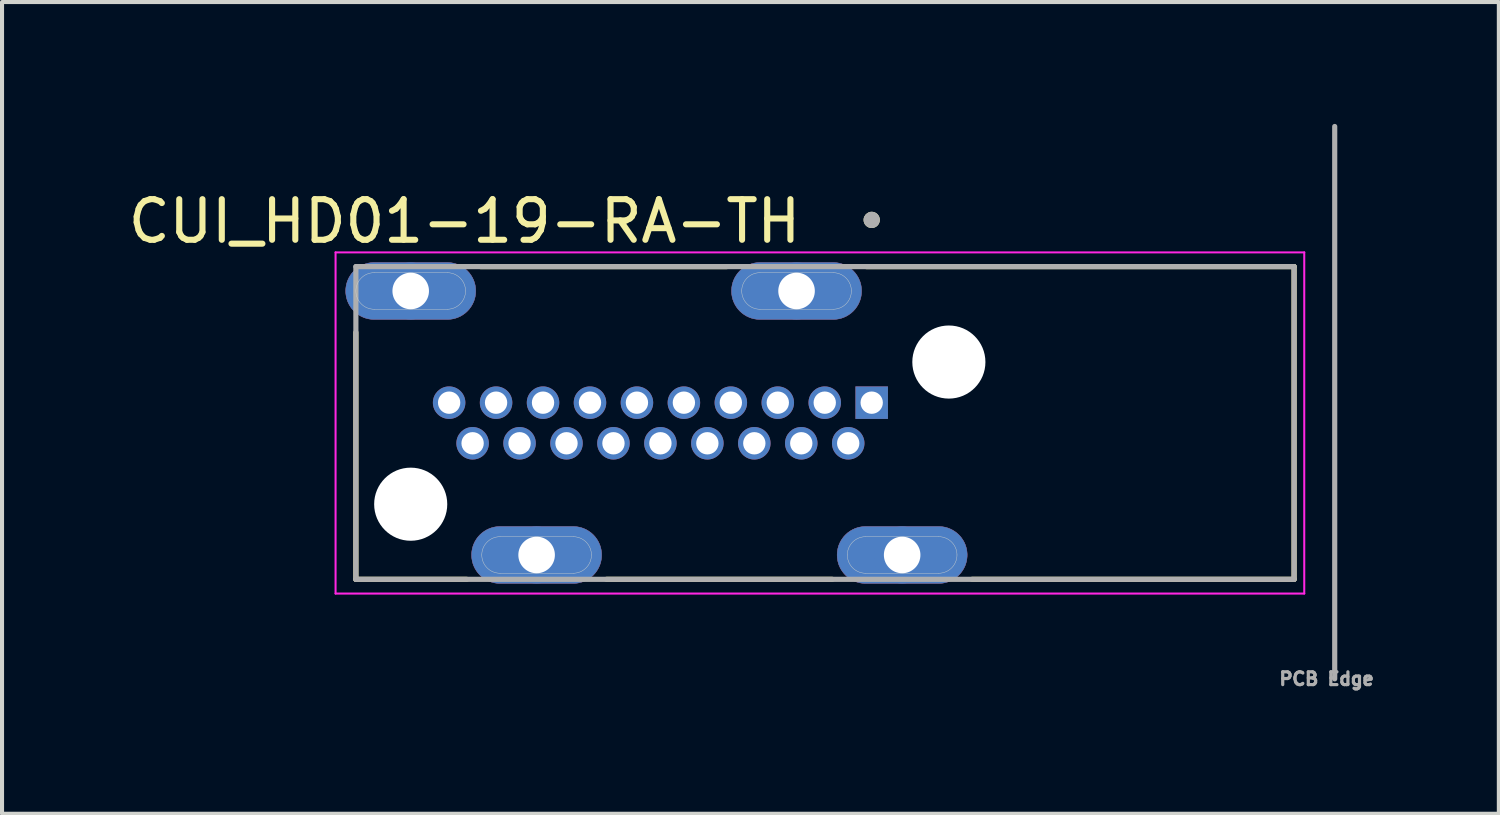
<source format=kicad_pcb>
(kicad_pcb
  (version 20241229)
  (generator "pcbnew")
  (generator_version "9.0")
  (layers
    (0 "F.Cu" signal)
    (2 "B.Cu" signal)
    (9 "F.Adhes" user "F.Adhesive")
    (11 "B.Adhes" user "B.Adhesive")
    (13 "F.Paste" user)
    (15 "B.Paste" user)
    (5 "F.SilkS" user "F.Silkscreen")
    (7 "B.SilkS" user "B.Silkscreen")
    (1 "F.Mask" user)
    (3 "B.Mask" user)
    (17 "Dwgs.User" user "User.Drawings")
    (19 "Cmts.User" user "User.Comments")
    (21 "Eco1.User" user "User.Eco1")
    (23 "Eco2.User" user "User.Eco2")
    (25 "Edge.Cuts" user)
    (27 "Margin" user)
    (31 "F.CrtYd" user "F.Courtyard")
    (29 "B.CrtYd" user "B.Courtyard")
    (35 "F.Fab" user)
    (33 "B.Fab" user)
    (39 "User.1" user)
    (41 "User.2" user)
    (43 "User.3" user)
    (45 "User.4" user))
  (footprint "CUI_HD01-19-RA-TH"
    (layer "F.Cu")
    (at 18.412 6.864)
    (property "Reference" "CUI_HD01-19-RA-TH" (at -10.025 -4.465 0) (layer "F.SilkS") (effects (font (size 1 1) (thickness 0.15))))
    (attr through_hole)
    (fp_poly (pts (xy -12.95 -2.75) (xy -12.949 -2.787) (xy -12.946 -2.823) (xy -12.941 -2.86) (xy -12.935 -2.896) (xy -12.926 -2.931) (xy -12.916 -2.966) (xy -12.904 -3.001) (xy -12.889 -3.035) (xy -12.874 -3.068) (xy -12.856 -3.1) (xy -12.837 -3.131) (xy -12.816 -3.161) (xy -12.794 -3.191) (xy -12.77 -3.218) (xy -12.745 -3.245) (xy -12.718 -3.27) (xy -12.691 -3.294) (xy -12.661 -3.316) (xy -12.631 -3.337) (xy -12.6 -3.356) (xy -12.568 -3.374) (xy -12.535 -3.389) (xy -12.501 -3.404) (xy -12.466 -3.416) (xy -12.431 -3.426) (xy -12.396 -3.435) (xy -12.36 -3.441) (xy -12.323 -3.446) (xy -12.287 -3.449) (xy -12.25 -3.45) (xy -11.35 -3.45) (xy -10.45 -3.45) (xy -10.413 -3.449) (xy -10.377 -3.446) (xy -10.34 -3.441) (xy -10.304 -3.435) (xy -10.269 -3.426) (xy -10.234 -3.416) (xy -10.199 -3.404) (xy -10.165 -3.389) (xy -10.132 -3.374) (xy -10.1 -3.356) (xy -10.069 -3.337) (xy -10.039 -3.316) (xy -10.009 -3.294) (xy -9.982 -3.27) (xy -9.955 -3.245) (xy -9.93 -3.218) (xy -9.906 -3.191) (xy -9.884 -3.161) (xy -9.863 -3.131) (xy -9.844 -3.1) (xy -9.826 -3.068) (xy -9.811 -3.035) (xy -9.796 -3.001) (xy -9.784 -2.966) (xy -9.774 -2.931) (xy -9.765 -2.896) (xy -9.759 -2.86) (xy -9.754 -2.823) (xy -9.751 -2.787) (xy -9.75 -2.75) (xy -9.751 -2.713) (xy -9.754 -2.677) (xy -9.759 -2.64) (xy -9.765 -2.604) (xy -9.774 -2.569) (xy -9.784 -2.534) (xy -9.796 -2.499) (xy -9.811 -2.465) (xy -9.826 -2.432) (xy -9.844 -2.4) (xy -9.863 -2.369) (xy -9.884 -2.339) (xy -9.906 -2.309) (xy -9.93 -2.282) (xy -9.955 -2.255) (xy -9.982 -2.23) (xy -10.009 -2.206) (xy -10.039 -2.184) (xy -10.069 -2.163) (xy -10.1 -2.144) (xy -10.132 -2.126) (xy -10.165 -2.111) (xy -10.199 -2.096) (xy -10.234 -2.084) (xy -10.269 -2.074) (xy -10.304 -2.065) (xy -10.34 -2.059) (xy -10.377 -2.054) (xy -10.413 -2.051) (xy -10.45 -2.05) (xy -11.35 -2.05) (xy -12.25 -2.05) (xy -12.287 -2.051) (xy -12.323 -2.054) (xy -12.36 -2.059) (xy -12.396 -2.065) (xy -12.431 -2.074) (xy -12.466 -2.084) (xy -12.501 -2.096) (xy -12.535 -2.111) (xy -12.568 -2.126) (xy -12.6 -2.144) (xy -12.631 -2.163) (xy -12.661 -2.184) (xy -12.691 -2.206) (xy -12.718 -2.23) (xy -12.745 -2.255) (xy -12.77 -2.282) (xy -12.794 -2.309) (xy -12.816 -2.339) (xy -12.837 -2.369) (xy -12.856 -2.4) (xy -12.874 -2.432) (xy -12.889 -2.465) (xy -12.904 -2.499) (xy -12.916 -2.534) (xy -12.926 -2.569) (xy -12.935 -2.604) (xy -12.941 -2.64) (xy -12.946 -2.677) (xy -12.949 -2.713) (xy -12.95 -2.75)) (stroke (width 0.01) (type solid)) (fill yes) (layer "F.Cu"))
    (fp_poly (pts (xy -9.85 3.75) (xy -9.849 3.713) (xy -9.846 3.677) (xy -9.841 3.64) (xy -9.835 3.604) (xy -9.826 3.569) (xy -9.816 3.534) (xy -9.804 3.499) (xy -9.789 3.465) (xy -9.774 3.432) (xy -9.756 3.4) (xy -9.737 3.369) (xy -9.716 3.339) (xy -9.694 3.309) (xy -9.67 3.282) (xy -9.645 3.255) (xy -9.618 3.23) (xy -9.591 3.206) (xy -9.561 3.184) (xy -9.531 3.163) (xy -9.5 3.144) (xy -9.468 3.126) (xy -9.435 3.111) (xy -9.401 3.096) (xy -9.366 3.084) (xy -9.331 3.074) (xy -9.296 3.065) (xy -9.26 3.059) (xy -9.223 3.054) (xy -9.187 3.051) (xy -9.15 3.05) (xy -8.25 3.05) (xy -7.35 3.05) (xy -7.313 3.051) (xy -7.277 3.054) (xy -7.24 3.059) (xy -7.204 3.065) (xy -7.169 3.074) (xy -7.134 3.084) (xy -7.099 3.096) (xy -7.065 3.111) (xy -7.032 3.126) (xy -7 3.144) (xy -6.969 3.163) (xy -6.939 3.184) (xy -6.909 3.206) (xy -6.882 3.23) (xy -6.855 3.255) (xy -6.83 3.282) (xy -6.806 3.309) (xy -6.784 3.339) (xy -6.763 3.369) (xy -6.744 3.4) (xy -6.726 3.432) (xy -6.711 3.465) (xy -6.696 3.499) (xy -6.684 3.534) (xy -6.674 3.569) (xy -6.665 3.604) (xy -6.659 3.64) (xy -6.654 3.677) (xy -6.651 3.713) (xy -6.65 3.75) (xy -6.651 3.787) (xy -6.654 3.823) (xy -6.659 3.86) (xy -6.665 3.896) (xy -6.674 3.931) (xy -6.684 3.966) (xy -6.696 4.001) (xy -6.711 4.035) (xy -6.726 4.068) (xy -6.744 4.1) (xy -6.763 4.131) (xy -6.784 4.161) (xy -6.806 4.191) (xy -6.83 4.218) (xy -6.855 4.245) (xy -6.882 4.27) (xy -6.909 4.294) (xy -6.939 4.316) (xy -6.969 4.337) (xy -7 4.356) (xy -7.032 4.374) (xy -7.065 4.389) (xy -7.099 4.404) (xy -7.134 4.416) (xy -7.169 4.426) (xy -7.204 4.435) (xy -7.24 4.441) (xy -7.277 4.446) (xy -7.313 4.449) (xy -7.35 4.45) (xy -8.25 4.45) (xy -9.15 4.45) (xy -9.187 4.449) (xy -9.223 4.446) (xy -9.26 4.441) (xy -9.296 4.435) (xy -9.331 4.426) (xy -9.366 4.416) (xy -9.401 4.404) (xy -9.435 4.389) (xy -9.468 4.374) (xy -9.5 4.356) (xy -9.531 4.337) (xy -9.561 4.316) (xy -9.591 4.294) (xy -9.618 4.27) (xy -9.645 4.245) (xy -9.67 4.218) (xy -9.694 4.191) (xy -9.716 4.161) (xy -9.737 4.131) (xy -9.756 4.1) (xy -9.774 4.068) (xy -9.789 4.035) (xy -9.804 4.001) (xy -9.816 3.966) (xy -9.826 3.931) (xy -9.835 3.896) (xy -9.841 3.86) (xy -9.846 3.823) (xy -9.849 3.787) (xy -9.85 3.75)) (stroke (width 0.01) (type solid)) (fill yes) (layer "F.Cu"))
    (fp_poly (pts (xy -3.45 -2.75) (xy -3.449 -2.787) (xy -3.446 -2.823) (xy -3.441 -2.86) (xy -3.435 -2.896) (xy -3.426 -2.931) (xy -3.416 -2.966) (xy -3.404 -3.001) (xy -3.389 -3.035) (xy -3.374 -3.068) (xy -3.356 -3.1) (xy -3.337 -3.131) (xy -3.316 -3.161) (xy -3.294 -3.191) (xy -3.27 -3.218) (xy -3.245 -3.245) (xy -3.218 -3.27) (xy -3.191 -3.294) (xy -3.161 -3.316) (xy -3.131 -3.337) (xy -3.1 -3.356) (xy -3.068 -3.374) (xy -3.035 -3.389) (xy -3.001 -3.404) (xy -2.966 -3.416) (xy -2.931 -3.426) (xy -2.896 -3.435) (xy -2.86 -3.441) (xy -2.823 -3.446) (xy -2.787 -3.449) (xy -2.75 -3.45) (xy -1.85 -3.45) (xy -0.95 -3.45) (xy -0.913 -3.449) (xy -0.877 -3.446) (xy -0.84 -3.441) (xy -0.804 -3.435) (xy -0.769 -3.426) (xy -0.734 -3.416) (xy -0.699 -3.404) (xy -0.665 -3.389) (xy -0.632 -3.374) (xy -0.6 -3.356) (xy -0.569 -3.337) (xy -0.539 -3.316) (xy -0.509 -3.294) (xy -0.482 -3.27) (xy -0.455 -3.245) (xy -0.43 -3.218) (xy -0.406 -3.191) (xy -0.384 -3.161) (xy -0.363 -3.131) (xy -0.344 -3.1) (xy -0.326 -3.068) (xy -0.311 -3.035) (xy -0.296 -3.001) (xy -0.284 -2.966) (xy -0.274 -2.931) (xy -0.265 -2.896) (xy -0.259 -2.86) (xy -0.254 -2.823) (xy -0.251 -2.787) (xy -0.25 -2.75) (xy -0.251 -2.713) (xy -0.254 -2.677) (xy -0.259 -2.64) (xy -0.265 -2.604) (xy -0.274 -2.569) (xy -0.284 -2.534) (xy -0.296 -2.499) (xy -0.311 -2.465) (xy -0.326 -2.432) (xy -0.344 -2.4) (xy -0.363 -2.369) (xy -0.384 -2.339) (xy -0.406 -2.309) (xy -0.43 -2.282) (xy -0.455 -2.255) (xy -0.482 -2.23) (xy -0.509 -2.206) (xy -0.539 -2.184) (xy -0.569 -2.163) (xy -0.6 -2.144) (xy -0.632 -2.126) (xy -0.665 -2.111) (xy -0.699 -2.096) (xy -0.734 -2.084) (xy -0.769 -2.074) (xy -0.804 -2.065) (xy -0.84 -2.059) (xy -0.877 -2.054) (xy -0.913 -2.051) (xy -0.95 -2.05) (xy -1.85 -2.05) (xy -2.75 -2.05) (xy -2.787 -2.051) (xy -2.823 -2.054) (xy -2.86 -2.059) (xy -2.896 -2.065) (xy -2.931 -2.074) (xy -2.966 -2.084) (xy -3.001 -2.096) (xy -3.035 -2.111) (xy -3.068 -2.126) (xy -3.1 -2.144) (xy -3.131 -2.163) (xy -3.161 -2.184) (xy -3.191 -2.206) (xy -3.218 -2.23) (xy -3.245 -2.255) (xy -3.27 -2.282) (xy -3.294 -2.309) (xy -3.316 -2.339) (xy -3.337 -2.369) (xy -3.356 -2.4) (xy -3.374 -2.432) (xy -3.389 -2.465) (xy -3.404 -2.499) (xy -3.416 -2.534) (xy -3.426 -2.569) (xy -3.435 -2.604) (xy -3.441 -2.64) (xy -3.446 -2.677) (xy -3.449 -2.713) (xy -3.45 -2.75)) (stroke (width 0.01) (type solid)) (fill yes) (layer "F.Cu"))
    (fp_poly (pts (xy -0.85 3.75) (xy -0.849 3.713) (xy -0.846 3.677) (xy -0.841 3.64) (xy -0.835 3.604) (xy -0.826 3.569) (xy -0.816 3.534) (xy -0.804 3.499) (xy -0.789 3.465) (xy -0.774 3.432) (xy -0.756 3.4) (xy -0.737 3.369) (xy -0.716 3.339) (xy -0.694 3.309) (xy -0.67 3.282) (xy -0.645 3.255) (xy -0.618 3.23) (xy -0.591 3.206) (xy -0.561 3.184) (xy -0.531 3.163) (xy -0.5 3.144) (xy -0.468 3.126) (xy -0.435 3.111) (xy -0.401 3.096) (xy -0.366 3.084) (xy -0.331 3.074) (xy -0.296 3.065) (xy -0.26 3.059) (xy -0.223 3.054) (xy -0.187 3.051) (xy -0.15 3.05) (xy 0.75 3.05) (xy 1.65 3.05) (xy 1.687 3.051) (xy 1.723 3.054) (xy 1.76 3.059) (xy 1.796 3.065) (xy 1.831 3.074) (xy 1.866 3.084) (xy 1.901 3.096) (xy 1.935 3.111) (xy 1.968 3.126) (xy 2 3.144) (xy 2.031 3.163) (xy 2.061 3.184) (xy 2.091 3.206) (xy 2.118 3.23) (xy 2.145 3.255) (xy 2.17 3.282) (xy 2.194 3.309) (xy 2.216 3.339) (xy 2.237 3.369) (xy 2.256 3.4) (xy 2.274 3.432) (xy 2.289 3.465) (xy 2.304 3.499) (xy 2.316 3.534) (xy 2.326 3.569) (xy 2.335 3.604) (xy 2.341 3.64) (xy 2.346 3.677) (xy 2.349 3.713) (xy 2.35 3.75) (xy 2.349 3.787) (xy 2.346 3.823) (xy 2.341 3.86) (xy 2.335 3.896) (xy 2.326 3.931) (xy 2.316 3.966) (xy 2.304 4.001) (xy 2.289 4.035) (xy 2.274 4.068) (xy 2.256 4.1) (xy 2.237 4.131) (xy 2.216 4.161) (xy 2.194 4.191) (xy 2.17 4.218) (xy 2.145 4.245) (xy 2.118 4.27) (xy 2.091 4.294) (xy 2.061 4.316) (xy 2.031 4.337) (xy 2 4.356) (xy 1.968 4.374) (xy 1.935 4.389) (xy 1.901 4.404) (xy 1.866 4.416) (xy 1.831 4.426) (xy 1.796 4.435) (xy 1.76 4.441) (xy 1.723 4.446) (xy 1.687 4.449) (xy 1.65 4.45) (xy 0.75 4.45) (xy -0.15 4.45) (xy -0.187 4.449) (xy -0.223 4.446) (xy -0.26 4.441) (xy -0.296 4.435) (xy -0.331 4.426) (xy -0.366 4.416) (xy -0.401 4.404) (xy -0.435 4.389) (xy -0.468 4.374) (xy -0.5 4.356) (xy -0.531 4.337) (xy -0.561 4.316) (xy -0.591 4.294) (xy -0.618 4.27) (xy -0.645 4.245) (xy -0.67 4.218) (xy -0.694 4.191) (xy -0.716 4.161) (xy -0.737 4.131) (xy -0.756 4.1) (xy -0.774 4.068) (xy -0.789 4.035) (xy -0.804 4.001) (xy -0.816 3.966) (xy -0.826 3.931) (xy -0.835 3.896) (xy -0.841 3.86) (xy -0.846 3.823) (xy -0.849 3.787) (xy -0.85 3.75)) (stroke (width 0.01) (type solid)) (fill yes) (layer "F.Cu"))
    (fp_poly (pts (xy -11.35 -3.55) (xy -12.25 -3.55) (xy -12.292 -3.549) (xy -12.334 -3.546) (xy -12.375 -3.54) (xy -12.416 -3.533) (xy -12.457 -3.523) (xy -12.497 -3.511) (xy -12.537 -3.497) (xy -12.575 -3.481) (xy -12.613 -3.463) (xy -12.65 -3.443) (xy -12.686 -3.421) (xy -12.72 -3.397) (xy -12.753 -3.372) (xy -12.785 -3.345) (xy -12.816 -3.316) (xy -12.845 -3.285) (xy -12.872 -3.253) (xy -12.897 -3.22) (xy -12.921 -3.186) (xy -12.943 -3.15) (xy -12.963 -3.113) (xy -12.981 -3.075) (xy -12.997 -3.037) (xy -13.011 -2.997) (xy -13.023 -2.957) (xy -13.033 -2.916) (xy -13.04 -2.875) (xy -13.046 -2.834) (xy -13.049 -2.792) (xy -13.05 -2.75) (xy -13.049 -2.708) (xy -13.046 -2.666) (xy -13.04 -2.625) (xy -13.033 -2.584) (xy -13.023 -2.543) (xy -13.011 -2.503) (xy -12.997 -2.463) (xy -12.981 -2.425) (xy -12.963 -2.387) (xy -12.943 -2.35) (xy -12.921 -2.314) (xy -12.897 -2.28) (xy -12.872 -2.247) (xy -12.845 -2.215) (xy -12.816 -2.184) (xy -12.785 -2.155) (xy -12.753 -2.128) (xy -12.72 -2.103) (xy -12.686 -2.079) (xy -12.65 -2.057) (xy -12.613 -2.037) (xy -12.575 -2.019) (xy -12.537 -2.003) (xy -12.497 -1.989) (xy -12.457 -1.977) (xy -12.416 -1.967) (xy -12.375 -1.96) (xy -12.334 -1.954) (xy -12.292 -1.951) (xy -12.25 -1.95) (xy -11.35 -1.95) (xy -10.45 -1.95) (xy -10.408 -1.951) (xy -10.366 -1.954) (xy -10.325 -1.96) (xy -10.284 -1.967) (xy -10.243 -1.977) (xy -10.203 -1.989) (xy -10.163 -2.003) (xy -10.125 -2.019) (xy -10.087 -2.037) (xy -10.05 -2.057) (xy -10.014 -2.079) (xy -9.98 -2.103) (xy -9.947 -2.128) (xy -9.915 -2.155) (xy -9.884 -2.184) (xy -9.855 -2.215) (xy -9.828 -2.247) (xy -9.803 -2.28) (xy -9.779 -2.314) (xy -9.757 -2.35) (xy -9.737 -2.387) (xy -9.719 -2.425) (xy -9.703 -2.463) (xy -9.689 -2.503) (xy -9.677 -2.543) (xy -9.667 -2.584) (xy -9.66 -2.625) (xy -9.654 -2.666) (xy -9.651 -2.708) (xy -9.65 -2.75) (xy -9.651 -2.792) (xy -9.654 -2.834) (xy -9.66 -2.875) (xy -9.667 -2.916) (xy -9.677 -2.957) (xy -9.689 -2.997) (xy -9.703 -3.037) (xy -9.719 -3.075) (xy -9.737 -3.113) (xy -9.757 -3.15) (xy -9.779 -3.186) (xy -9.803 -3.22) (xy -9.828 -3.253) (xy -9.855 -3.285) (xy -9.884 -3.316) (xy -9.915 -3.345) (xy -9.947 -3.372) (xy -9.98 -3.397) (xy -10.014 -3.421) (xy -10.05 -3.443) (xy -10.087 -3.463) (xy -10.125 -3.481) (xy -10.163 -3.497) (xy -10.203 -3.511) (xy -10.243 -3.523) (xy -10.284 -3.533) (xy -10.325 -3.54) (xy -10.366 -3.546) (xy -10.408 -3.549) (xy -10.45 -3.55) (xy -11.35 -3.55)) (stroke (width 0.01) (type solid)) (fill yes) (layer "F.Mask"))
    (fp_poly (pts (xy -8.25 2.95) (xy -9.15 2.95) (xy -9.192 2.951) (xy -9.234 2.954) (xy -9.275 2.96) (xy -9.316 2.967) (xy -9.357 2.977) (xy -9.397 2.989) (xy -9.437 3.003) (xy -9.475 3.019) (xy -9.513 3.037) (xy -9.55 3.057) (xy -9.586 3.079) (xy -9.62 3.103) (xy -9.653 3.128) (xy -9.685 3.155) (xy -9.716 3.184) (xy -9.745 3.215) (xy -9.772 3.247) (xy -9.797 3.28) (xy -9.821 3.314) (xy -9.843 3.35) (xy -9.863 3.387) (xy -9.881 3.425) (xy -9.897 3.463) (xy -9.911 3.503) (xy -9.923 3.543) (xy -9.933 3.584) (xy -9.94 3.625) (xy -9.946 3.666) (xy -9.949 3.708) (xy -9.95 3.75) (xy -9.949 3.792) (xy -9.946 3.834) (xy -9.94 3.875) (xy -9.933 3.916) (xy -9.923 3.957) (xy -9.911 3.997) (xy -9.897 4.037) (xy -9.881 4.075) (xy -9.863 4.113) (xy -9.843 4.15) (xy -9.821 4.186) (xy -9.797 4.22) (xy -9.772 4.253) (xy -9.745 4.285) (xy -9.716 4.316) (xy -9.685 4.345) (xy -9.653 4.372) (xy -9.62 4.397) (xy -9.586 4.421) (xy -9.55 4.443) (xy -9.513 4.463) (xy -9.475 4.481) (xy -9.437 4.497) (xy -9.397 4.511) (xy -9.357 4.523) (xy -9.316 4.533) (xy -9.275 4.54) (xy -9.234 4.546) (xy -9.192 4.549) (xy -9.15 4.55) (xy -8.25 4.55) (xy -7.35 4.55) (xy -7.308 4.549) (xy -7.266 4.546) (xy -7.225 4.54) (xy -7.184 4.533) (xy -7.143 4.523) (xy -7.103 4.511) (xy -7.063 4.497) (xy -7.025 4.481) (xy -6.987 4.463) (xy -6.95 4.443) (xy -6.914 4.421) (xy -6.88 4.397) (xy -6.847 4.372) (xy -6.815 4.345) (xy -6.784 4.316) (xy -6.755 4.285) (xy -6.728 4.253) (xy -6.703 4.22) (xy -6.679 4.186) (xy -6.657 4.15) (xy -6.637 4.113) (xy -6.619 4.075) (xy -6.603 4.037) (xy -6.589 3.997) (xy -6.577 3.957) (xy -6.567 3.916) (xy -6.56 3.875) (xy -6.554 3.834) (xy -6.551 3.792) (xy -6.55 3.75) (xy -6.551 3.708) (xy -6.554 3.666) (xy -6.56 3.625) (xy -6.567 3.584) (xy -6.577 3.543) (xy -6.589 3.503) (xy -6.603 3.463) (xy -6.619 3.425) (xy -6.637 3.387) (xy -6.657 3.35) (xy -6.679 3.314) (xy -6.703 3.28) (xy -6.728 3.247) (xy -6.755 3.215) (xy -6.784 3.184) (xy -6.815 3.155) (xy -6.847 3.128) (xy -6.88 3.103) (xy -6.914 3.079) (xy -6.95 3.057) (xy -6.987 3.037) (xy -7.025 3.019) (xy -7.063 3.003) (xy -7.103 2.989) (xy -7.143 2.977) (xy -7.184 2.967) (xy -7.225 2.96) (xy -7.266 2.954) (xy -7.308 2.951) (xy -7.35 2.95) (xy -8.25 2.95)) (stroke (width 0.01) (type solid)) (fill yes) (layer "F.Mask"))
    (fp_poly (pts (xy -1.85 -3.55) (xy -2.75 -3.55) (xy -2.792 -3.549) (xy -2.834 -3.546) (xy -2.875 -3.54) (xy -2.916 -3.533) (xy -2.957 -3.523) (xy -2.997 -3.511) (xy -3.037 -3.497) (xy -3.075 -3.481) (xy -3.113 -3.463) (xy -3.15 -3.443) (xy -3.186 -3.421) (xy -3.22 -3.397) (xy -3.253 -3.372) (xy -3.285 -3.345) (xy -3.316 -3.316) (xy -3.345 -3.285) (xy -3.372 -3.253) (xy -3.397 -3.22) (xy -3.421 -3.186) (xy -3.443 -3.15) (xy -3.463 -3.113) (xy -3.481 -3.075) (xy -3.497 -3.037) (xy -3.511 -2.997) (xy -3.523 -2.957) (xy -3.533 -2.916) (xy -3.54 -2.875) (xy -3.546 -2.834) (xy -3.549 -2.792) (xy -3.55 -2.75) (xy -3.549 -2.708) (xy -3.546 -2.666) (xy -3.54 -2.625) (xy -3.533 -2.584) (xy -3.523 -2.543) (xy -3.511 -2.503) (xy -3.497 -2.463) (xy -3.481 -2.425) (xy -3.463 -2.387) (xy -3.443 -2.35) (xy -3.421 -2.314) (xy -3.397 -2.28) (xy -3.372 -2.247) (xy -3.345 -2.215) (xy -3.316 -2.184) (xy -3.285 -2.155) (xy -3.253 -2.128) (xy -3.22 -2.103) (xy -3.186 -2.079) (xy -3.15 -2.057) (xy -3.113 -2.037) (xy -3.075 -2.019) (xy -3.037 -2.003) (xy -2.997 -1.989) (xy -2.957 -1.977) (xy -2.916 -1.967) (xy -2.875 -1.96) (xy -2.834 -1.954) (xy -2.792 -1.951) (xy -2.75 -1.95) (xy -1.85 -1.95) (xy -0.95 -1.95) (xy -0.908 -1.951) (xy -0.866 -1.954) (xy -0.825 -1.96) (xy -0.784 -1.967) (xy -0.743 -1.977) (xy -0.703 -1.989) (xy -0.663 -2.003) (xy -0.625 -2.019) (xy -0.587 -2.037) (xy -0.55 -2.057) (xy -0.514 -2.079) (xy -0.48 -2.103) (xy -0.447 -2.128) (xy -0.415 -2.155) (xy -0.384 -2.184) (xy -0.355 -2.215) (xy -0.328 -2.247) (xy -0.303 -2.28) (xy -0.279 -2.314) (xy -0.257 -2.35) (xy -0.237 -2.387) (xy -0.219 -2.425) (xy -0.203 -2.463) (xy -0.189 -2.503) (xy -0.177 -2.543) (xy -0.167 -2.584) (xy -0.16 -2.625) (xy -0.154 -2.666) (xy -0.151 -2.708) (xy -0.15 -2.75) (xy -0.151 -2.792) (xy -0.154 -2.834) (xy -0.16 -2.875) (xy -0.167 -2.916) (xy -0.177 -2.957) (xy -0.189 -2.997) (xy -0.203 -3.037) (xy -0.219 -3.075) (xy -0.237 -3.113) (xy -0.257 -3.15) (xy -0.279 -3.186) (xy -0.303 -3.22) (xy -0.328 -3.253) (xy -0.355 -3.285) (xy -0.384 -3.316) (xy -0.415 -3.345) (xy -0.447 -3.372) (xy -0.48 -3.397) (xy -0.514 -3.421) (xy -0.55 -3.443) (xy -0.587 -3.463) (xy -0.625 -3.481) (xy -0.663 -3.497) (xy -0.703 -3.511) (xy -0.743 -3.523) (xy -0.784 -3.533) (xy -0.825 -3.54) (xy -0.866 -3.546) (xy -0.908 -3.549) (xy -0.95 -3.55) (xy -1.85 -3.55)) (stroke (width 0.01) (type solid)) (fill yes) (layer "F.Mask"))
    (fp_poly (pts (xy 0.75 2.95) (xy -0.15 2.95) (xy -0.192 2.951) (xy -0.234 2.954) (xy -0.275 2.96) (xy -0.316 2.967) (xy -0.357 2.977) (xy -0.397 2.989) (xy -0.437 3.003) (xy -0.475 3.019) (xy -0.513 3.037) (xy -0.55 3.057) (xy -0.586 3.079) (xy -0.62 3.103) (xy -0.653 3.128) (xy -0.685 3.155) (xy -0.716 3.184) (xy -0.745 3.215) (xy -0.772 3.247) (xy -0.797 3.28) (xy -0.821 3.314) (xy -0.843 3.35) (xy -0.863 3.387) (xy -0.881 3.425) (xy -0.897 3.463) (xy -0.911 3.503) (xy -0.923 3.543) (xy -0.933 3.584) (xy -0.94 3.625) (xy -0.946 3.666) (xy -0.949 3.708) (xy -0.95 3.75) (xy -0.949 3.792) (xy -0.946 3.834) (xy -0.94 3.875) (xy -0.933 3.916) (xy -0.923 3.957) (xy -0.911 3.997) (xy -0.897 4.037) (xy -0.881 4.075) (xy -0.863 4.113) (xy -0.843 4.15) (xy -0.821 4.186) (xy -0.797 4.22) (xy -0.772 4.253) (xy -0.745 4.285) (xy -0.716 4.316) (xy -0.685 4.345) (xy -0.653 4.372) (xy -0.62 4.397) (xy -0.586 4.421) (xy -0.55 4.443) (xy -0.513 4.463) (xy -0.475 4.481) (xy -0.437 4.497) (xy -0.397 4.511) (xy -0.357 4.523) (xy -0.316 4.533) (xy -0.275 4.54) (xy -0.234 4.546) (xy -0.192 4.549) (xy -0.15 4.55) (xy 0.75 4.55) (xy 1.65 4.55) (xy 1.692 4.549) (xy 1.734 4.546) (xy 1.775 4.54) (xy 1.816 4.533) (xy 1.857 4.523) (xy 1.897 4.511) (xy 1.937 4.497) (xy 1.975 4.481) (xy 2.013 4.463) (xy 2.05 4.443) (xy 2.086 4.421) (xy 2.12 4.397) (xy 2.153 4.372) (xy 2.185 4.345) (xy 2.216 4.316) (xy 2.245 4.285) (xy 2.272 4.253) (xy 2.297 4.22) (xy 2.321 4.186) (xy 2.343 4.15) (xy 2.363 4.113) (xy 2.381 4.075) (xy 2.397 4.037) (xy 2.411 3.997) (xy 2.423 3.957) (xy 2.433 3.916) (xy 2.44 3.875) (xy 2.446 3.834) (xy 2.449 3.792) (xy 2.45 3.75) (xy 2.449 3.708) (xy 2.446 3.666) (xy 2.44 3.625) (xy 2.433 3.584) (xy 2.423 3.543) (xy 2.411 3.503) (xy 2.397 3.463) (xy 2.381 3.425) (xy 2.363 3.387) (xy 2.343 3.35) (xy 2.321 3.314) (xy 2.297 3.28) (xy 2.272 3.247) (xy 2.245 3.215) (xy 2.216 3.184) (xy 2.185 3.155) (xy 2.153 3.128) (xy 2.12 3.103) (xy 2.086 3.079) (xy 2.05 3.057) (xy 2.013 3.037) (xy 1.975 3.019) (xy 1.937 3.003) (xy 1.897 2.989) (xy 1.857 2.977) (xy 1.816 2.967) (xy 1.775 2.96) (xy 1.734 2.954) (xy 1.692 2.951) (xy 1.65 2.95) (xy 0.75 2.95)) (stroke (width 0.01) (type solid)) (fill yes) (layer "F.Mask"))
    (fp_poly (pts (xy -12.95 -2.75) (xy -12.949 -2.787) (xy -12.946 -2.823) (xy -12.941 -2.86) (xy -12.935 -2.896) (xy -12.926 -2.931) (xy -12.916 -2.966) (xy -12.904 -3.001) (xy -12.889 -3.035) (xy -12.874 -3.068) (xy -12.856 -3.1) (xy -12.837 -3.131) (xy -12.816 -3.161) (xy -12.794 -3.191) (xy -12.77 -3.218) (xy -12.745 -3.245) (xy -12.718 -3.27) (xy -12.691 -3.294) (xy -12.661 -3.316) (xy -12.631 -3.337) (xy -12.6 -3.356) (xy -12.568 -3.374) (xy -12.535 -3.389) (xy -12.501 -3.404) (xy -12.466 -3.416) (xy -12.431 -3.426) (xy -12.396 -3.435) (xy -12.36 -3.441) (xy -12.323 -3.446) (xy -12.287 -3.449) (xy -12.25 -3.45) (xy -11.35 -3.45) (xy -10.45 -3.45) (xy -10.413 -3.449) (xy -10.377 -3.446) (xy -10.34 -3.441) (xy -10.304 -3.435) (xy -10.269 -3.426) (xy -10.234 -3.416) (xy -10.199 -3.404) (xy -10.165 -3.389) (xy -10.132 -3.374) (xy -10.1 -3.356) (xy -10.069 -3.337) (xy -10.039 -3.316) (xy -10.009 -3.294) (xy -9.982 -3.27) (xy -9.955 -3.245) (xy -9.93 -3.218) (xy -9.906 -3.191) (xy -9.884 -3.161) (xy -9.863 -3.131) (xy -9.844 -3.1) (xy -9.826 -3.068) (xy -9.811 -3.035) (xy -9.796 -3.001) (xy -9.784 -2.966) (xy -9.774 -2.931) (xy -9.765 -2.896) (xy -9.759 -2.86) (xy -9.754 -2.823) (xy -9.751 -2.787) (xy -9.75 -2.75) (xy -9.751 -2.713) (xy -9.754 -2.677) (xy -9.759 -2.64) (xy -9.765 -2.604) (xy -9.774 -2.569) (xy -9.784 -2.534) (xy -9.796 -2.499) (xy -9.811 -2.465) (xy -9.826 -2.432) (xy -9.844 -2.4) (xy -9.863 -2.369) (xy -9.884 -2.339) (xy -9.906 -2.309) (xy -9.93 -2.282) (xy -9.955 -2.255) (xy -9.982 -2.23) (xy -10.009 -2.206) (xy -10.039 -2.184) (xy -10.069 -2.163) (xy -10.1 -2.144) (xy -10.132 -2.126) (xy -10.165 -2.111) (xy -10.199 -2.096) (xy -10.234 -2.084) (xy -10.269 -2.074) (xy -10.304 -2.065) (xy -10.34 -2.059) (xy -10.377 -2.054) (xy -10.413 -2.051) (xy -10.45 -2.05) (xy -11.35 -2.05) (xy -12.25 -2.05) (xy -12.287 -2.051) (xy -12.323 -2.054) (xy -12.36 -2.059) (xy -12.396 -2.065) (xy -12.431 -2.074) (xy -12.466 -2.084) (xy -12.501 -2.096) (xy -12.535 -2.111) (xy -12.568 -2.126) (xy -12.6 -2.144) (xy -12.631 -2.163) (xy -12.661 -2.184) (xy -12.691 -2.206) (xy -12.718 -2.23) (xy -12.745 -2.255) (xy -12.77 -2.282) (xy -12.794 -2.309) (xy -12.816 -2.339) (xy -12.837 -2.369) (xy -12.856 -2.4) (xy -12.874 -2.432) (xy -12.889 -2.465) (xy -12.904 -2.499) (xy -12.916 -2.534) (xy -12.926 -2.569) (xy -12.935 -2.604) (xy -12.941 -2.64) (xy -12.946 -2.677) (xy -12.949 -2.713) (xy -12.95 -2.75)) (stroke (width 0.01) (type solid)) (fill yes) (layer "B.Cu"))
    (fp_poly (pts (xy -9.85 3.75) (xy -9.849 3.713) (xy -9.846 3.677) (xy -9.841 3.64) (xy -9.835 3.604) (xy -9.826 3.569) (xy -9.816 3.534) (xy -9.804 3.499) (xy -9.789 3.465) (xy -9.774 3.432) (xy -9.756 3.4) (xy -9.737 3.369) (xy -9.716 3.339) (xy -9.694 3.309) (xy -9.67 3.282) (xy -9.645 3.255) (xy -9.618 3.23) (xy -9.591 3.206) (xy -9.561 3.184) (xy -9.531 3.163) (xy -9.5 3.144) (xy -9.468 3.126) (xy -9.435 3.111) (xy -9.401 3.096) (xy -9.366 3.084) (xy -9.331 3.074) (xy -9.296 3.065) (xy -9.26 3.059) (xy -9.223 3.054) (xy -9.187 3.051) (xy -9.15 3.05) (xy -8.25 3.05) (xy -7.35 3.05) (xy -7.313 3.051) (xy -7.277 3.054) (xy -7.24 3.059) (xy -7.204 3.065) (xy -7.169 3.074) (xy -7.134 3.084) (xy -7.099 3.096) (xy -7.065 3.111) (xy -7.032 3.126) (xy -7 3.144) (xy -6.969 3.163) (xy -6.939 3.184) (xy -6.909 3.206) (xy -6.882 3.23) (xy -6.855 3.255) (xy -6.83 3.282) (xy -6.806 3.309) (xy -6.784 3.339) (xy -6.763 3.369) (xy -6.744 3.4) (xy -6.726 3.432) (xy -6.711 3.465) (xy -6.696 3.499) (xy -6.684 3.534) (xy -6.674 3.569) (xy -6.665 3.604) (xy -6.659 3.64) (xy -6.654 3.677) (xy -6.651 3.713) (xy -6.65 3.75) (xy -6.651 3.787) (xy -6.654 3.823) (xy -6.659 3.86) (xy -6.665 3.896) (xy -6.674 3.931) (xy -6.684 3.966) (xy -6.696 4.001) (xy -6.711 4.035) (xy -6.726 4.068) (xy -6.744 4.1) (xy -6.763 4.131) (xy -6.784 4.161) (xy -6.806 4.191) (xy -6.83 4.218) (xy -6.855 4.245) (xy -6.882 4.27) (xy -6.909 4.294) (xy -6.939 4.316) (xy -6.969 4.337) (xy -7 4.356) (xy -7.032 4.374) (xy -7.065 4.389) (xy -7.099 4.404) (xy -7.134 4.416) (xy -7.169 4.426) (xy -7.204 4.435) (xy -7.24 4.441) (xy -7.277 4.446) (xy -7.313 4.449) (xy -7.35 4.45) (xy -8.25 4.45) (xy -9.15 4.45) (xy -9.187 4.449) (xy -9.223 4.446) (xy -9.26 4.441) (xy -9.296 4.435) (xy -9.331 4.426) (xy -9.366 4.416) (xy -9.401 4.404) (xy -9.435 4.389) (xy -9.468 4.374) (xy -9.5 4.356) (xy -9.531 4.337) (xy -9.561 4.316) (xy -9.591 4.294) (xy -9.618 4.27) (xy -9.645 4.245) (xy -9.67 4.218) (xy -9.694 4.191) (xy -9.716 4.161) (xy -9.737 4.131) (xy -9.756 4.1) (xy -9.774 4.068) (xy -9.789 4.035) (xy -9.804 4.001) (xy -9.816 3.966) (xy -9.826 3.931) (xy -9.835 3.896) (xy -9.841 3.86) (xy -9.846 3.823) (xy -9.849 3.787) (xy -9.85 3.75)) (stroke (width 0.01) (type solid)) (fill yes) (layer "B.Cu"))
    (fp_poly (pts (xy -3.45 -2.75) (xy -3.449 -2.787) (xy -3.446 -2.823) (xy -3.441 -2.86) (xy -3.435 -2.896) (xy -3.426 -2.931) (xy -3.416 -2.966) (xy -3.404 -3.001) (xy -3.389 -3.035) (xy -3.374 -3.068) (xy -3.356 -3.1) (xy -3.337 -3.131) (xy -3.316 -3.161) (xy -3.294 -3.191) (xy -3.27 -3.218) (xy -3.245 -3.245) (xy -3.218 -3.27) (xy -3.191 -3.294) (xy -3.161 -3.316) (xy -3.131 -3.337) (xy -3.1 -3.356) (xy -3.068 -3.374) (xy -3.035 -3.389) (xy -3.001 -3.404) (xy -2.966 -3.416) (xy -2.931 -3.426) (xy -2.896 -3.435) (xy -2.86 -3.441) (xy -2.823 -3.446) (xy -2.787 -3.449) (xy -2.75 -3.45) (xy -1.85 -3.45) (xy -0.95 -3.45) (xy -0.913 -3.449) (xy -0.877 -3.446) (xy -0.84 -3.441) (xy -0.804 -3.435) (xy -0.769 -3.426) (xy -0.734 -3.416) (xy -0.699 -3.404) (xy -0.665 -3.389) (xy -0.632 -3.374) (xy -0.6 -3.356) (xy -0.569 -3.337) (xy -0.539 -3.316) (xy -0.509 -3.294) (xy -0.482 -3.27) (xy -0.455 -3.245) (xy -0.43 -3.218) (xy -0.406 -3.191) (xy -0.384 -3.161) (xy -0.363 -3.131) (xy -0.344 -3.1) (xy -0.326 -3.068) (xy -0.311 -3.035) (xy -0.296 -3.001) (xy -0.284 -2.966) (xy -0.274 -2.931) (xy -0.265 -2.896) (xy -0.259 -2.86) (xy -0.254 -2.823) (xy -0.251 -2.787) (xy -0.25 -2.75) (xy -0.251 -2.713) (xy -0.254 -2.677) (xy -0.259 -2.64) (xy -0.265 -2.604) (xy -0.274 -2.569) (xy -0.284 -2.534) (xy -0.296 -2.499) (xy -0.311 -2.465) (xy -0.326 -2.432) (xy -0.344 -2.4) (xy -0.363 -2.369) (xy -0.384 -2.339) (xy -0.406 -2.309) (xy -0.43 -2.282) (xy -0.455 -2.255) (xy -0.482 -2.23) (xy -0.509 -2.206) (xy -0.539 -2.184) (xy -0.569 -2.163) (xy -0.6 -2.144) (xy -0.632 -2.126) (xy -0.665 -2.111) (xy -0.699 -2.096) (xy -0.734 -2.084) (xy -0.769 -2.074) (xy -0.804 -2.065) (xy -0.84 -2.059) (xy -0.877 -2.054) (xy -0.913 -2.051) (xy -0.95 -2.05) (xy -1.85 -2.05) (xy -2.75 -2.05) (xy -2.787 -2.051) (xy -2.823 -2.054) (xy -2.86 -2.059) (xy -2.896 -2.065) (xy -2.931 -2.074) (xy -2.966 -2.084) (xy -3.001 -2.096) (xy -3.035 -2.111) (xy -3.068 -2.126) (xy -3.1 -2.144) (xy -3.131 -2.163) (xy -3.161 -2.184) (xy -3.191 -2.206) (xy -3.218 -2.23) (xy -3.245 -2.255) (xy -3.27 -2.282) (xy -3.294 -2.309) (xy -3.316 -2.339) (xy -3.337 -2.369) (xy -3.356 -2.4) (xy -3.374 -2.432) (xy -3.389 -2.465) (xy -3.404 -2.499) (xy -3.416 -2.534) (xy -3.426 -2.569) (xy -3.435 -2.604) (xy -3.441 -2.64) (xy -3.446 -2.677) (xy -3.449 -2.713) (xy -3.45 -2.75)) (stroke (width 0.01) (type solid)) (fill yes) (layer "B.Cu"))
    (fp_poly (pts (xy -0.85 3.75) (xy -0.849 3.713) (xy -0.846 3.677) (xy -0.841 3.64) (xy -0.835 3.604) (xy -0.826 3.569) (xy -0.816 3.534) (xy -0.804 3.499) (xy -0.789 3.465) (xy -0.774 3.432) (xy -0.756 3.4) (xy -0.737 3.369) (xy -0.716 3.339) (xy -0.694 3.309) (xy -0.67 3.282) (xy -0.645 3.255) (xy -0.618 3.23) (xy -0.591 3.206) (xy -0.561 3.184) (xy -0.531 3.163) (xy -0.5 3.144) (xy -0.468 3.126) (xy -0.435 3.111) (xy -0.401 3.096) (xy -0.366 3.084) (xy -0.331 3.074) (xy -0.296 3.065) (xy -0.26 3.059) (xy -0.223 3.054) (xy -0.187 3.051) (xy -0.15 3.05) (xy 0.75 3.05) (xy 1.65 3.05) (xy 1.687 3.051) (xy 1.723 3.054) (xy 1.76 3.059) (xy 1.796 3.065) (xy 1.831 3.074) (xy 1.866 3.084) (xy 1.901 3.096) (xy 1.935 3.111) (xy 1.968 3.126) (xy 2 3.144) (xy 2.031 3.163) (xy 2.061 3.184) (xy 2.091 3.206) (xy 2.118 3.23) (xy 2.145 3.255) (xy 2.17 3.282) (xy 2.194 3.309) (xy 2.216 3.339) (xy 2.237 3.369) (xy 2.256 3.4) (xy 2.274 3.432) (xy 2.289 3.465) (xy 2.304 3.499) (xy 2.316 3.534) (xy 2.326 3.569) (xy 2.335 3.604) (xy 2.341 3.64) (xy 2.346 3.677) (xy 2.349 3.713) (xy 2.35 3.75) (xy 2.349 3.787) (xy 2.346 3.823) (xy 2.341 3.86) (xy 2.335 3.896) (xy 2.326 3.931) (xy 2.316 3.966) (xy 2.304 4.001) (xy 2.289 4.035) (xy 2.274 4.068) (xy 2.256 4.1) (xy 2.237 4.131) (xy 2.216 4.161) (xy 2.194 4.191) (xy 2.17 4.218) (xy 2.145 4.245) (xy 2.118 4.27) (xy 2.091 4.294) (xy 2.061 4.316) (xy 2.031 4.337) (xy 2 4.356) (xy 1.968 4.374) (xy 1.935 4.389) (xy 1.901 4.404) (xy 1.866 4.416) (xy 1.831 4.426) (xy 1.796 4.435) (xy 1.76 4.441) (xy 1.723 4.446) (xy 1.687 4.449) (xy 1.65 4.45) (xy 0.75 4.45) (xy -0.15 4.45) (xy -0.187 4.449) (xy -0.223 4.446) (xy -0.26 4.441) (xy -0.296 4.435) (xy -0.331 4.426) (xy -0.366 4.416) (xy -0.401 4.404) (xy -0.435 4.389) (xy -0.468 4.374) (xy -0.5 4.356) (xy -0.531 4.337) (xy -0.561 4.316) (xy -0.591 4.294) (xy -0.618 4.27) (xy -0.645 4.245) (xy -0.67 4.218) (xy -0.694 4.191) (xy -0.716 4.161) (xy -0.737 4.131) (xy -0.756 4.1) (xy -0.774 4.068) (xy -0.789 4.035) (xy -0.804 4.001) (xy -0.816 3.966) (xy -0.826 3.931) (xy -0.835 3.896) (xy -0.841 3.86) (xy -0.846 3.823) (xy -0.849 3.787) (xy -0.85 3.75)) (stroke (width 0.01) (type solid)) (fill yes) (layer "B.Cu"))
    (fp_poly (pts (xy -11.35 -3.55) (xy -12.25 -3.55) (xy -12.292 -3.549) (xy -12.334 -3.546) (xy -12.375 -3.54) (xy -12.416 -3.533) (xy -12.457 -3.523) (xy -12.497 -3.511) (xy -12.537 -3.497) (xy -12.575 -3.481) (xy -12.613 -3.463) (xy -12.65 -3.443) (xy -12.686 -3.421) (xy -12.72 -3.397) (xy -12.753 -3.372) (xy -12.785 -3.345) (xy -12.816 -3.316) (xy -12.845 -3.285) (xy -12.872 -3.253) (xy -12.897 -3.22) (xy -12.921 -3.186) (xy -12.943 -3.15) (xy -12.963 -3.113) (xy -12.981 -3.075) (xy -12.997 -3.037) (xy -13.011 -2.997) (xy -13.023 -2.957) (xy -13.033 -2.916) (xy -13.04 -2.875) (xy -13.046 -2.834) (xy -13.049 -2.792) (xy -13.05 -2.75) (xy -13.049 -2.708) (xy -13.046 -2.666) (xy -13.04 -2.625) (xy -13.033 -2.584) (xy -13.023 -2.543) (xy -13.011 -2.503) (xy -12.997 -2.463) (xy -12.981 -2.425) (xy -12.963 -2.387) (xy -12.943 -2.35) (xy -12.921 -2.314) (xy -12.897 -2.28) (xy -12.872 -2.247) (xy -12.845 -2.215) (xy -12.816 -2.184) (xy -12.785 -2.155) (xy -12.753 -2.128) (xy -12.72 -2.103) (xy -12.686 -2.079) (xy -12.65 -2.057) (xy -12.613 -2.037) (xy -12.575 -2.019) (xy -12.537 -2.003) (xy -12.497 -1.989) (xy -12.457 -1.977) (xy -12.416 -1.967) (xy -12.375 -1.96) (xy -12.334 -1.954) (xy -12.292 -1.951) (xy -12.25 -1.95) (xy -11.35 -1.95) (xy -10.45 -1.95) (xy -10.408 -1.951) (xy -10.366 -1.954) (xy -10.325 -1.96) (xy -10.284 -1.967) (xy -10.243 -1.977) (xy -10.203 -1.989) (xy -10.163 -2.003) (xy -10.125 -2.019) (xy -10.087 -2.037) (xy -10.05 -2.057) (xy -10.014 -2.079) (xy -9.98 -2.103) (xy -9.947 -2.128) (xy -9.915 -2.155) (xy -9.884 -2.184) (xy -9.855 -2.215) (xy -9.828 -2.247) (xy -9.803 -2.28) (xy -9.779 -2.314) (xy -9.757 -2.35) (xy -9.737 -2.387) (xy -9.719 -2.425) (xy -9.703 -2.463) (xy -9.689 -2.503) (xy -9.677 -2.543) (xy -9.667 -2.584) (xy -9.66 -2.625) (xy -9.654 -2.666) (xy -9.651 -2.708) (xy -9.65 -2.75) (xy -9.651 -2.792) (xy -9.654 -2.834) (xy -9.66 -2.875) (xy -9.667 -2.916) (xy -9.677 -2.957) (xy -9.689 -2.997) (xy -9.703 -3.037) (xy -9.719 -3.075) (xy -9.737 -3.113) (xy -9.757 -3.15) (xy -9.779 -3.186) (xy -9.803 -3.22) (xy -9.828 -3.253) (xy -9.855 -3.285) (xy -9.884 -3.316) (xy -9.915 -3.345) (xy -9.947 -3.372) (xy -9.98 -3.397) (xy -10.014 -3.421) (xy -10.05 -3.443) (xy -10.087 -3.463) (xy -10.125 -3.481) (xy -10.163 -3.497) (xy -10.203 -3.511) (xy -10.243 -3.523) (xy -10.284 -3.533) (xy -10.325 -3.54) (xy -10.366 -3.546) (xy -10.408 -3.549) (xy -10.45 -3.55) (xy -11.35 -3.55)) (stroke (width 0.01) (type solid)) (fill yes) (layer "B.Mask"))
    (fp_poly (pts (xy -8.25 2.95) (xy -9.15 2.95) (xy -9.192 2.951) (xy -9.234 2.954) (xy -9.275 2.96) (xy -9.316 2.967) (xy -9.357 2.977) (xy -9.397 2.989) (xy -9.437 3.003) (xy -9.475 3.019) (xy -9.513 3.037) (xy -9.55 3.057) (xy -9.586 3.079) (xy -9.62 3.103) (xy -9.653 3.128) (xy -9.685 3.155) (xy -9.716 3.184) (xy -9.745 3.215) (xy -9.772 3.247) (xy -9.797 3.28) (xy -9.821 3.314) (xy -9.843 3.35) (xy -9.863 3.387) (xy -9.881 3.425) (xy -9.897 3.463) (xy -9.911 3.503) (xy -9.923 3.543) (xy -9.933 3.584) (xy -9.94 3.625) (xy -9.946 3.666) (xy -9.949 3.708) (xy -9.95 3.75) (xy -9.949 3.792) (xy -9.946 3.834) (xy -9.94 3.875) (xy -9.933 3.916) (xy -9.923 3.957) (xy -9.911 3.997) (xy -9.897 4.037) (xy -9.881 4.075) (xy -9.863 4.113) (xy -9.843 4.15) (xy -9.821 4.186) (xy -9.797 4.22) (xy -9.772 4.253) (xy -9.745 4.285) (xy -9.716 4.316) (xy -9.685 4.345) (xy -9.653 4.372) (xy -9.62 4.397) (xy -9.586 4.421) (xy -9.55 4.443) (xy -9.513 4.463) (xy -9.475 4.481) (xy -9.437 4.497) (xy -9.397 4.511) (xy -9.357 4.523) (xy -9.316 4.533) (xy -9.275 4.54) (xy -9.234 4.546) (xy -9.192 4.549) (xy -9.15 4.55) (xy -8.25 4.55) (xy -7.35 4.55) (xy -7.308 4.549) (xy -7.266 4.546) (xy -7.225 4.54) (xy -7.184 4.533) (xy -7.143 4.523) (xy -7.103 4.511) (xy -7.063 4.497) (xy -7.025 4.481) (xy -6.987 4.463) (xy -6.95 4.443) (xy -6.914 4.421) (xy -6.88 4.397) (xy -6.847 4.372) (xy -6.815 4.345) (xy -6.784 4.316) (xy -6.755 4.285) (xy -6.728 4.253) (xy -6.703 4.22) (xy -6.679 4.186) (xy -6.657 4.15) (xy -6.637 4.113) (xy -6.619 4.075) (xy -6.603 4.037) (xy -6.589 3.997) (xy -6.577 3.957) (xy -6.567 3.916) (xy -6.56 3.875) (xy -6.554 3.834) (xy -6.551 3.792) (xy -6.55 3.75) (xy -6.551 3.708) (xy -6.554 3.666) (xy -6.56 3.625) (xy -6.567 3.584) (xy -6.577 3.543) (xy -6.589 3.503) (xy -6.603 3.463) (xy -6.619 3.425) (xy -6.637 3.387) (xy -6.657 3.35) (xy -6.679 3.314) (xy -6.703 3.28) (xy -6.728 3.247) (xy -6.755 3.215) (xy -6.784 3.184) (xy -6.815 3.155) (xy -6.847 3.128) (xy -6.88 3.103) (xy -6.914 3.079) (xy -6.95 3.057) (xy -6.987 3.037) (xy -7.025 3.019) (xy -7.063 3.003) (xy -7.103 2.989) (xy -7.143 2.977) (xy -7.184 2.967) (xy -7.225 2.96) (xy -7.266 2.954) (xy -7.308 2.951) (xy -7.35 2.95) (xy -8.25 2.95)) (stroke (width 0.01) (type solid)) (fill yes) (layer "B.Mask"))
    (fp_poly (pts (xy -1.85 -3.55) (xy -2.75 -3.55) (xy -2.792 -3.549) (xy -2.834 -3.546) (xy -2.875 -3.54) (xy -2.916 -3.533) (xy -2.957 -3.523) (xy -2.997 -3.511) (xy -3.037 -3.497) (xy -3.075 -3.481) (xy -3.113 -3.463) (xy -3.15 -3.443) (xy -3.186 -3.421) (xy -3.22 -3.397) (xy -3.253 -3.372) (xy -3.285 -3.345) (xy -3.316 -3.316) (xy -3.345 -3.285) (xy -3.372 -3.253) (xy -3.397 -3.22) (xy -3.421 -3.186) (xy -3.443 -3.15) (xy -3.463 -3.113) (xy -3.481 -3.075) (xy -3.497 -3.037) (xy -3.511 -2.997) (xy -3.523 -2.957) (xy -3.533 -2.916) (xy -3.54 -2.875) (xy -3.546 -2.834) (xy -3.549 -2.792) (xy -3.55 -2.75) (xy -3.549 -2.708) (xy -3.546 -2.666) (xy -3.54 -2.625) (xy -3.533 -2.584) (xy -3.523 -2.543) (xy -3.511 -2.503) (xy -3.497 -2.463) (xy -3.481 -2.425) (xy -3.463 -2.387) (xy -3.443 -2.35) (xy -3.421 -2.314) (xy -3.397 -2.28) (xy -3.372 -2.247) (xy -3.345 -2.215) (xy -3.316 -2.184) (xy -3.285 -2.155) (xy -3.253 -2.128) (xy -3.22 -2.103) (xy -3.186 -2.079) (xy -3.15 -2.057) (xy -3.113 -2.037) (xy -3.075 -2.019) (xy -3.037 -2.003) (xy -2.997 -1.989) (xy -2.957 -1.977) (xy -2.916 -1.967) (xy -2.875 -1.96) (xy -2.834 -1.954) (xy -2.792 -1.951) (xy -2.75 -1.95) (xy -1.85 -1.95) (xy -0.95 -1.95) (xy -0.908 -1.951) (xy -0.866 -1.954) (xy -0.825 -1.96) (xy -0.784 -1.967) (xy -0.743 -1.977) (xy -0.703 -1.989) (xy -0.663 -2.003) (xy -0.625 -2.019) (xy -0.587 -2.037) (xy -0.55 -2.057) (xy -0.514 -2.079) (xy -0.48 -2.103) (xy -0.447 -2.128) (xy -0.415 -2.155) (xy -0.384 -2.184) (xy -0.355 -2.215) (xy -0.328 -2.247) (xy -0.303 -2.28) (xy -0.279 -2.314) (xy -0.257 -2.35) (xy -0.237 -2.387) (xy -0.219 -2.425) (xy -0.203 -2.463) (xy -0.189 -2.503) (xy -0.177 -2.543) (xy -0.167 -2.584) (xy -0.16 -2.625) (xy -0.154 -2.666) (xy -0.151 -2.708) (xy -0.15 -2.75) (xy -0.151 -2.792) (xy -0.154 -2.834) (xy -0.16 -2.875) (xy -0.167 -2.916) (xy -0.177 -2.957) (xy -0.189 -2.997) (xy -0.203 -3.037) (xy -0.219 -3.075) (xy -0.237 -3.113) (xy -0.257 -3.15) (xy -0.279 -3.186) (xy -0.303 -3.22) (xy -0.328 -3.253) (xy -0.355 -3.285) (xy -0.384 -3.316) (xy -0.415 -3.345) (xy -0.447 -3.372) (xy -0.48 -3.397) (xy -0.514 -3.421) (xy -0.55 -3.443) (xy -0.587 -3.463) (xy -0.625 -3.481) (xy -0.663 -3.497) (xy -0.703 -3.511) (xy -0.743 -3.523) (xy -0.784 -3.533) (xy -0.825 -3.54) (xy -0.866 -3.546) (xy -0.908 -3.549) (xy -0.95 -3.55) (xy -1.85 -3.55)) (stroke (width 0.01) (type solid)) (fill yes) (layer "B.Mask"))
    (fp_poly (pts (xy 0.75 2.95) (xy -0.15 2.95) (xy -0.192 2.951) (xy -0.234 2.954) (xy -0.275 2.96) (xy -0.316 2.967) (xy -0.357 2.977) (xy -0.397 2.989) (xy -0.437 3.003) (xy -0.475 3.019) (xy -0.513 3.037) (xy -0.55 3.057) (xy -0.586 3.079) (xy -0.62 3.103) (xy -0.653 3.128) (xy -0.685 3.155) (xy -0.716 3.184) (xy -0.745 3.215) (xy -0.772 3.247) (xy -0.797 3.28) (xy -0.821 3.314) (xy -0.843 3.35) (xy -0.863 3.387) (xy -0.881 3.425) (xy -0.897 3.463) (xy -0.911 3.503) (xy -0.923 3.543) (xy -0.933 3.584) (xy -0.94 3.625) (xy -0.946 3.666) (xy -0.949 3.708) (xy -0.95 3.75) (xy -0.949 3.792) (xy -0.946 3.834) (xy -0.94 3.875) (xy -0.933 3.916) (xy -0.923 3.957) (xy -0.911 3.997) (xy -0.897 4.037) (xy -0.881 4.075) (xy -0.863 4.113) (xy -0.843 4.15) (xy -0.821 4.186) (xy -0.797 4.22) (xy -0.772 4.253) (xy -0.745 4.285) (xy -0.716 4.316) (xy -0.685 4.345) (xy -0.653 4.372) (xy -0.62 4.397) (xy -0.586 4.421) (xy -0.55 4.443) (xy -0.513 4.463) (xy -0.475 4.481) (xy -0.437 4.497) (xy -0.397 4.511) (xy -0.357 4.523) (xy -0.316 4.533) (xy -0.275 4.54) (xy -0.234 4.546) (xy -0.192 4.549) (xy -0.15 4.55) (xy 0.75 4.55) (xy 1.65 4.55) (xy 1.692 4.549) (xy 1.734 4.546) (xy 1.775 4.54) (xy 1.816 4.533) (xy 1.857 4.523) (xy 1.897 4.511) (xy 1.937 4.497) (xy 1.975 4.481) (xy 2.013 4.463) (xy 2.05 4.443) (xy 2.086 4.421) (xy 2.12 4.397) (xy 2.153 4.372) (xy 2.185 4.345) (xy 2.216 4.316) (xy 2.245 4.285) (xy 2.272 4.253) (xy 2.297 4.22) (xy 2.321 4.186) (xy 2.343 4.15) (xy 2.363 4.113) (xy 2.381 4.075) (xy 2.397 4.037) (xy 2.411 3.997) (xy 2.423 3.957) (xy 2.433 3.916) (xy 2.44 3.875) (xy 2.446 3.834) (xy 2.449 3.792) (xy 2.45 3.75) (xy 2.449 3.708) (xy 2.446 3.666) (xy 2.44 3.625) (xy 2.433 3.584) (xy 2.423 3.543) (xy 2.411 3.503) (xy 2.397 3.463) (xy 2.381 3.425) (xy 2.363 3.387) (xy 2.343 3.35) (xy 2.321 3.314) (xy 2.297 3.28) (xy 2.272 3.247) (xy 2.245 3.215) (xy 2.216 3.184) (xy 2.185 3.155) (xy 2.153 3.128) (xy 2.12 3.103) (xy 2.086 3.079) (xy 2.05 3.057) (xy 2.013 3.037) (xy 1.975 3.019) (xy 1.937 3.003) (xy 1.897 2.989) (xy 1.857 2.977) (xy 1.816 2.967) (xy 1.775 2.96) (xy 1.734 2.954) (xy 1.692 2.951) (xy 1.65 2.95) (xy 0.75 2.95)) (stroke (width 0.01) (type solid)) (fill yes) (layer "B.Mask"))
    (fp_line (start -12.7 4.35) (end -12.7 -1.73) (stroke (width 0.127) (type solid)) (layer "F.SilkS"))
    (fp_line (start -9.97 4.35) (end -12.7 4.35) (stroke (width 0.127) (type solid)) (layer "F.SilkS"))
    (fp_line (start -9.63 -3.35) (end -3.57 -3.35) (stroke (width 0.127) (type solid)) (layer "F.SilkS"))
    (fp_line (start -6.53 4.35) (end -0.97 4.35) (stroke (width 0.127) (type solid)) (layer "F.SilkS"))
    (fp_line (start -0.13 -3.35) (end 10.4 -3.35) (stroke (width 0.127) (type solid)) (layer "F.SilkS"))
    (fp_line (start 10.4 -3.35) (end 10.4 4.35) (stroke (width 0.127) (type solid)) (layer "F.SilkS"))
    (fp_line (start 10.4 4.35) (end 2.47 4.35) (stroke (width 0.127) (type solid)) (layer "F.SilkS"))
    (fp_circle (center 0 -4.5) (end 0.1 -4.5) (stroke (width 0.2) (type solid)) (fill no) (layer "F.SilkS"))
    (fp_line (start -12.25 -3.2) (end -10.45 -3.2) (stroke (width 0.01) (type solid)) (layer "Edge.Cuts"))
    (fp_line (start -10.45 -2.3) (end -12.25 -2.3) (stroke (width 0.01) (type solid)) (layer "Edge.Cuts"))
    (fp_line (start -9.15 3.3) (end -7.35 3.3) (stroke (width 0.01) (type solid)) (layer "Edge.Cuts"))
    (fp_line (start -7.35 4.2) (end -9.15 4.2) (stroke (width 0.01) (type solid)) (layer "Edge.Cuts"))
    (fp_line (start -2.75 -3.2) (end -0.95 -3.2) (stroke (width 0.01) (type solid)) (layer "Edge.Cuts"))
    (fp_line (start -0.95 -2.3) (end -2.75 -2.3) (stroke (width 0.01) (type solid)) (layer "Edge.Cuts"))
    (fp_line (start -0.15 3.3) (end 1.65 3.3) (stroke (width 0.01) (type solid)) (layer "Edge.Cuts"))
    (fp_line (start 1.65 4.2) (end -0.15 4.2) (stroke (width 0.01) (type solid)) (layer "Edge.Cuts"))
    (fp_arc (start -12.7 -2.75) (mid -12.568198 -3.068198) (end -12.25 -3.2) (stroke (width 0.01) (type solid)) (layer "Edge.Cuts"))
    (fp_arc (start -12.25 -2.3) (mid -12.568198 -2.431802) (end -12.7 -2.75) (stroke (width 0.01) (type solid)) (layer "Edge.Cuts"))
    (fp_arc (start -10.45 -3.2) (mid -10.131802 -3.068198) (end -10 -2.75) (stroke (width 0.01) (type solid)) (layer "Edge.Cuts"))
    (fp_arc (start -10 -2.75) (mid -10.131802 -2.431802) (end -10.45 -2.3) (stroke (width 0.01) (type solid)) (layer "Edge.Cuts"))
    (fp_arc (start -9.6 3.75) (mid -9.468198 3.431802) (end -9.15 3.3) (stroke (width 0.01) (type solid)) (layer "Edge.Cuts"))
    (fp_arc (start -9.15 4.2) (mid -9.468198 4.068198) (end -9.6 3.75) (stroke (width 0.01) (type solid)) (layer "Edge.Cuts"))
    (fp_arc (start -7.35 3.3) (mid -7.031802 3.431802) (end -6.9 3.75) (stroke (width 0.01) (type solid)) (layer "Edge.Cuts"))
    (fp_arc (start -6.9 3.75) (mid -7.031802 4.068198) (end -7.35 4.2) (stroke (width 0.01) (type solid)) (layer "Edge.Cuts"))
    (fp_arc (start -3.2 -2.75) (mid -3.068198 -3.068198) (end -2.75 -3.2) (stroke (width 0.01) (type solid)) (layer "Edge.Cuts"))
    (fp_arc (start -2.75 -2.3) (mid -3.068198 -2.431802) (end -3.2 -2.75) (stroke (width 0.01) (type solid)) (layer "Edge.Cuts"))
    (fp_arc (start -0.95 -3.2) (mid -0.631802 -3.068198) (end -0.5 -2.75) (stroke (width 0.01) (type solid)) (layer "Edge.Cuts"))
    (fp_arc (start -0.6 3.75) (mid -0.468198 3.431802) (end -0.15 3.3) (stroke (width 0.01) (type solid)) (layer "Edge.Cuts"))
    (fp_arc (start -0.5 -2.75) (mid -0.631802 -2.431802) (end -0.95 -2.3) (stroke (width 0.01) (type solid)) (layer "Edge.Cuts"))
    (fp_arc (start -0.15 4.2) (mid -0.468198 4.068198) (end -0.6 3.75) (stroke (width 0.01) (type solid)) (layer "Edge.Cuts"))
    (fp_arc (start 1.65 3.3) (mid 1.968198 3.431802) (end 2.1 3.75) (stroke (width 0.01) (type solid)) (layer "Edge.Cuts"))
    (fp_arc (start 2.1 3.75) (mid 1.968198 4.068198) (end 1.65 4.2) (stroke (width 0.01) (type solid)) (layer "Edge.Cuts"))
    (fp_line (start -13.2 -3.7) (end -13.2 4.7) (stroke (width 0.05) (type solid)) (layer "F.CrtYd"))
    (fp_line (start -13.2 4.7) (end 10.65 4.7) (stroke (width 0.05) (type solid)) (layer "F.CrtYd"))
    (fp_line (start 10.65 -3.7) (end -13.2 -3.7) (stroke (width 0.05) (type solid)) (layer "F.CrtYd"))
    (fp_line (start 10.65 4.7) (end 10.65 -3.7) (stroke (width 0.05) (type solid)) (layer "F.CrtYd"))
    (fp_line (start -12.7 -3.35) (end 10.4 -3.35) (stroke (width 0.127) (type solid)) (layer "F.Fab"))
    (fp_line (start -12.7 4.35) (end -12.7 -3.35) (stroke (width 0.127) (type solid)) (layer "F.Fab"))
    (fp_line (start 10.4 -3.35) (end 10.4 4.35) (stroke (width 0.127) (type solid)) (layer "F.Fab"))
    (fp_line (start 10.4 4.35) (end -12.7 4.35) (stroke (width 0.127) (type solid)) (layer "F.Fab"))
    (fp_line (start 11.4 -6.8) (end 11.4 6.8) (stroke (width 0.127) (type solid)) (layer "F.Fab"))
    (fp_circle (center 0 -4.5) (end 0.1 -4.5) (stroke (width 0.2) (type solid)) (fill no) (layer "F.Fab"))
    (fp_text user "PCB Edge" (at 11.2 6.8 0) (layer "F.Fab") (effects (font (size 0.315 0.315) (thickness 0.15))))
    (pad "" np_thru_hole circle (at -11.35 2.5) (size 1.8 1.8) (drill 1.8) (layers "*.Cu" "*.Mask"))
    (pad "" np_thru_hole circle (at 1.9 -1) (size 1.8 1.8) (drill 1.8) (layers "*.Cu" "*.Mask"))
    (pad "1" thru_hole rect (at 0 0) (size 0.8 0.8) (drill 0.55) (layers "*.Cu" "*.Mask"))
    (pad "2" thru_hole circle (at -0.578 1) (size 0.8 0.8) (drill 0.55) (layers "*.Cu" "*.Mask"))
    (pad "3" thru_hole circle (at -1.156 0) (size 0.8 0.8) (drill 0.55) (layers "*.Cu" "*.Mask"))
    (pad "4" thru_hole circle (at -1.734 1) (size 0.8 0.8) (drill 0.55) (layers "*.Cu" "*.Mask"))
    (pad "5" thru_hole circle (at -2.312 0) (size 0.8 0.8) (drill 0.55) (layers "*.Cu" "*.Mask"))
    (pad "6" thru_hole circle (at -2.89 1) (size 0.8 0.8) (drill 0.55) (layers "*.Cu" "*.Mask"))
    (pad "7" thru_hole circle (at -3.468 0) (size 0.8 0.8) (drill 0.55) (layers "*.Cu" "*.Mask"))
    (pad "8" thru_hole circle (at -4.046 1) (size 0.8 0.8) (drill 0.55) (layers "*.Cu" "*.Mask"))
    (pad "9" thru_hole circle (at -4.624 0) (size 0.8 0.8) (drill 0.55) (layers "*.Cu" "*.Mask"))
    (pad "10" thru_hole circle (at -5.202 1) (size 0.8 0.8) (drill 0.55) (layers "*.Cu" "*.Mask"))
    (pad "11" thru_hole circle (at -5.78 0) (size 0.8 0.8) (drill 0.55) (layers "*.Cu" "*.Mask"))
    (pad "12" thru_hole circle (at -6.358 1) (size 0.8 0.8) (drill 0.55) (layers "*.Cu" "*.Mask"))
    (pad "13" thru_hole circle (at -6.936 0) (size 0.8 0.8) (drill 0.55) (layers "*.Cu" "*.Mask"))
    (pad "14" thru_hole circle (at -7.514 1) (size 0.8 0.8) (drill 0.55) (layers "*.Cu" "*.Mask"))
    (pad "15" thru_hole circle (at -8.092 0) (size 0.8 0.8) (drill 0.55) (layers "*.Cu" "*.Mask"))
    (pad "16" thru_hole circle (at -8.67 1) (size 0.8 0.8) (drill 0.55) (layers "*.Cu" "*.Mask"))
    (pad "17" thru_hole circle (at -9.248 0) (size 0.8 0.8) (drill 0.55) (layers "*.Cu" "*.Mask"))
    (pad "18" thru_hole circle (at -9.826 1) (size 0.8 0.8) (drill 0.55) (layers "*.Cu" "*.Mask"))
    (pad "19" thru_hole circle (at -10.404 0) (size 0.8 0.8) (drill 0.55) (layers "*.Cu" "*.Mask"))
    (pad "S1" thru_hole circle (at -1.85 -2.75) (size 1.4 1.4) (drill 0.9) (layers "*.Cu"))
    (pad "S2" thru_hole circle (at -11.35 -2.75) (size 1.4 1.4) (drill 0.9) (layers "*.Cu"))
    (pad "S3" thru_hole circle (at -8.25 3.75) (size 1.4 1.4) (drill 0.9) (layers "*.Cu"))
    (pad "S4" thru_hole circle (at 0.75 3.75) (size 1.4 1.4) (drill 0.9) (layers "*.Cu")))
  (gr_rect
    (start -3 -3)
    (end 33.853 16.986)
    (stroke (width 0.1) (type default))
    (fill no)
    (layer "Edge.Cuts")))
</source>
